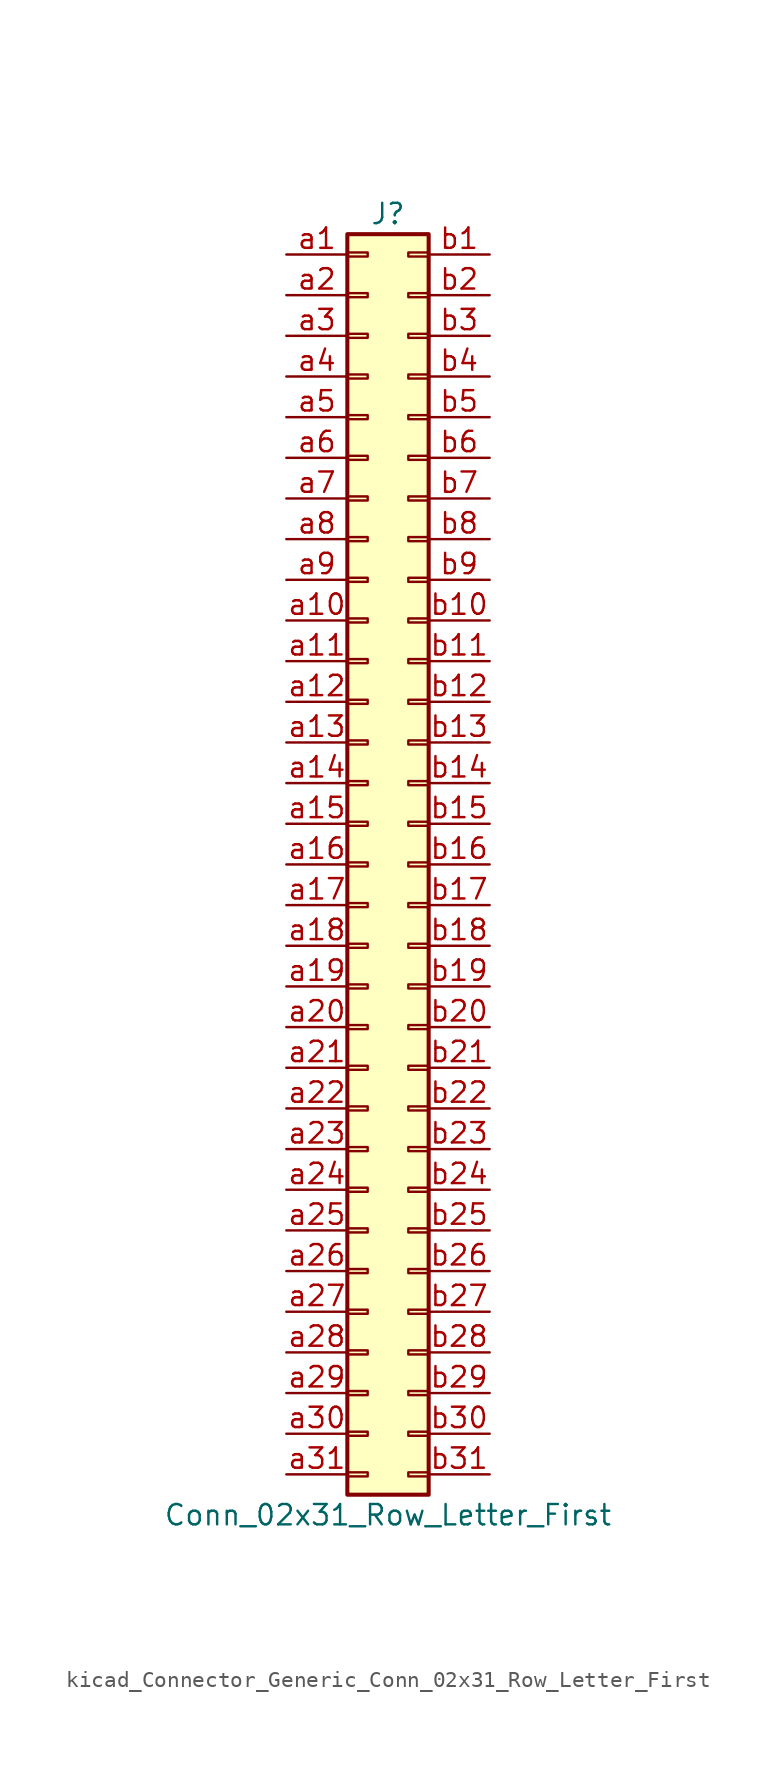
<source format=kicad_sym>
(kicad_symbol_lib
  (version 20220914)
  (generator kicad_symbol_editor)
  (symbol "kicad_Connector_Generic_Conn_02x31_Row_Letter_First"
    (pin_names
      (offset 1.016) hide)
    (property "Reference" "J"
      (at 1.27 40.64 0)
      (effects (font (size 1.27 1.27))))
    (property "Value" "Conn_02x31_Row_Letter_First"
      (at 1.27 -40.64 0)
      (effects (font (size 1.27 1.27))))
    (symbol "kicad_Connector_Generic_Conn_02x31_Row_Letter_First_1_1"
      (rectangle (start -1.27 -37.973) (end 0 -38.227) (stroke (width 0.152) (type default)) (fill (type none)))
      (rectangle (start -1.27 -35.433) (end 0 -35.687) (stroke (width 0.152) (type default)) (fill (type none)))
      (rectangle (start -1.27 -32.893) (end 0 -33.147) (stroke (width 0.152) (type default)) (fill (type none)))
      (rectangle (start -1.27 -30.353) (end 0 -30.607) (stroke (width 0.152) (type default)) (fill (type none)))
      (rectangle (start -1.27 -27.813) (end 0 -28.067) (stroke (width 0.152) (type default)) (fill (type none)))
      (rectangle (start -1.27 -25.273) (end 0 -25.527) (stroke (width 0.152) (type default)) (fill (type none)))
      (rectangle (start -1.27 -22.733) (end 0 -22.987) (stroke (width 0.152) (type default)) (fill (type none)))
      (rectangle (start -1.27 -20.193) (end 0 -20.447) (stroke (width 0.152) (type default)) (fill (type none)))
      (rectangle (start -1.27 -17.653) (end 0 -17.907) (stroke (width 0.152) (type default)) (fill (type none)))
      (rectangle (start -1.27 -15.113) (end 0 -15.367) (stroke (width 0.152) (type default)) (fill (type none)))
      (rectangle (start -1.27 -12.573) (end 0 -12.827) (stroke (width 0.152) (type default)) (fill (type none)))
      (rectangle (start -1.27 -10.033) (end 0 -10.287) (stroke (width 0.152) (type default)) (fill (type none)))
      (rectangle (start -1.27 -7.493) (end 0 -7.747) (stroke (width 0.152) (type default)) (fill (type none)))
      (rectangle (start -1.27 -4.953) (end 0 -5.207) (stroke (width 0.152) (type default)) (fill (type none)))
      (rectangle (start -1.27 -2.413) (end 0 -2.667) (stroke (width 0.152) (type default)) (fill (type none)))
      (rectangle (start -1.27 0.127) (end 0 -0.127) (stroke (width 0.152) (type default)) (fill (type none)))
      (rectangle (start -1.27 2.667) (end 0 2.413) (stroke (width 0.152) (type default)) (fill (type none)))
      (rectangle (start -1.27 5.207) (end 0 4.953) (stroke (width 0.152) (type default)) (fill (type none)))
      (rectangle (start -1.27 7.747) (end 0 7.493) (stroke (width 0.152) (type default)) (fill (type none)))
      (rectangle (start -1.27 10.287) (end 0 10.033) (stroke (width 0.152) (type default)) (fill (type none)))
      (rectangle (start -1.27 12.827) (end 0 12.573) (stroke (width 0.152) (type default)) (fill (type none)))
      (rectangle (start -1.27 15.367) (end 0 15.113) (stroke (width 0.152) (type default)) (fill (type none)))
      (rectangle (start -1.27 17.907) (end 0 17.653) (stroke (width 0.152) (type default)) (fill (type none)))
      (rectangle (start -1.27 20.447) (end 0 20.193) (stroke (width 0.152) (type default)) (fill (type none)))
      (rectangle (start -1.27 22.987) (end 0 22.733) (stroke (width 0.152) (type default)) (fill (type none)))
      (rectangle (start -1.27 25.527) (end 0 25.273) (stroke (width 0.152) (type default)) (fill (type none)))
      (rectangle (start -1.27 28.067) (end 0 27.813) (stroke (width 0.152) (type default)) (fill (type none)))
      (rectangle (start -1.27 30.607) (end 0 30.353) (stroke (width 0.152) (type default)) (fill (type none)))
      (rectangle (start -1.27 33.147) (end 0 32.893) (stroke (width 0.152) (type default)) (fill (type none)))
      (rectangle (start -1.27 35.687) (end 0 35.433) (stroke (width 0.152) (type default)) (fill (type none)))
      (rectangle (start -1.27 38.227) (end 0 37.973) (stroke (width 0.152) (type default)) (fill (type none)))
      (rectangle (start -1.27 39.37) (end 3.81 -39.37) (stroke (width 0.254) (type default)) (fill (type background)))
      (rectangle (start 3.81 -37.973) (end 2.54 -38.227) (stroke (width 0.152) (type default)) (fill (type none)))
      (rectangle (start 3.81 -35.433) (end 2.54 -35.687) (stroke (width 0.152) (type default)) (fill (type none)))
      (rectangle (start 3.81 -32.893) (end 2.54 -33.147) (stroke (width 0.152) (type default)) (fill (type none)))
      (rectangle (start 3.81 -30.353) (end 2.54 -30.607) (stroke (width 0.152) (type default)) (fill (type none)))
      (rectangle (start 3.81 -27.813) (end 2.54 -28.067) (stroke (width 0.152) (type default)) (fill (type none)))
      (rectangle (start 3.81 -25.273) (end 2.54 -25.527) (stroke (width 0.152) (type default)) (fill (type none)))
      (rectangle (start 3.81 -22.733) (end 2.54 -22.987) (stroke (width 0.152) (type default)) (fill (type none)))
      (rectangle (start 3.81 -20.193) (end 2.54 -20.447) (stroke (width 0.152) (type default)) (fill (type none)))
      (rectangle (start 3.81 -17.653) (end 2.54 -17.907) (stroke (width 0.152) (type default)) (fill (type none)))
      (rectangle (start 3.81 -15.113) (end 2.54 -15.367) (stroke (width 0.152) (type default)) (fill (type none)))
      (rectangle (start 3.81 -12.573) (end 2.54 -12.827) (stroke (width 0.152) (type default)) (fill (type none)))
      (rectangle (start 3.81 -10.033) (end 2.54 -10.287) (stroke (width 0.152) (type default)) (fill (type none)))
      (rectangle (start 3.81 -7.493) (end 2.54 -7.747) (stroke (width 0.152) (type default)) (fill (type none)))
      (rectangle (start 3.81 -4.953) (end 2.54 -5.207) (stroke (width 0.152) (type default)) (fill (type none)))
      (rectangle (start 3.81 -2.413) (end 2.54 -2.667) (stroke (width 0.152) (type default)) (fill (type none)))
      (rectangle (start 3.81 0.127) (end 2.54 -0.127) (stroke (width 0.152) (type default)) (fill (type none)))
      (rectangle (start 3.81 2.667) (end 2.54 2.413) (stroke (width 0.152) (type default)) (fill (type none)))
      (rectangle (start 3.81 5.207) (end 2.54 4.953) (stroke (width 0.152) (type default)) (fill (type none)))
      (rectangle (start 3.81 7.747) (end 2.54 7.493) (stroke (width 0.152) (type default)) (fill (type none)))
      (rectangle (start 3.81 10.287) (end 2.54 10.033) (stroke (width 0.152) (type default)) (fill (type none)))
      (rectangle (start 3.81 12.827) (end 2.54 12.573) (stroke (width 0.152) (type default)) (fill (type none)))
      (rectangle (start 3.81 15.367) (end 2.54 15.113) (stroke (width 0.152) (type default)) (fill (type none)))
      (rectangle (start 3.81 17.907) (end 2.54 17.653) (stroke (width 0.152) (type default)) (fill (type none)))
      (rectangle (start 3.81 20.447) (end 2.54 20.193) (stroke (width 0.152) (type default)) (fill (type none)))
      (rectangle (start 3.81 22.987) (end 2.54 22.733) (stroke (width 0.152) (type default)) (fill (type none)))
      (rectangle (start 3.81 25.527) (end 2.54 25.273) (stroke (width 0.152) (type default)) (fill (type none)))
      (rectangle (start 3.81 28.067) (end 2.54 27.813) (stroke (width 0.152) (type default)) (fill (type none)))
      (rectangle (start 3.81 30.607) (end 2.54 30.353) (stroke (width 0.152) (type default)) (fill (type none)))
      (rectangle (start 3.81 33.147) (end 2.54 32.893) (stroke (width 0.152) (type default)) (fill (type none)))
      (rectangle (start 3.81 35.687) (end 2.54 35.433) (stroke (width 0.152) (type default)) (fill (type none)))
      (rectangle (start 3.81 38.227) (end 2.54 37.973) (stroke (width 0.152) (type default)) (fill (type none)))
      (pin passive line (at -5.08 38.1 0) (length 3.81) (name "Pin_a1" (effects (font (size 1.27 1.27)))) (number "a1" (effects (font (size 1.27 1.27)))))
      (pin passive line (at -5.08 15.24 0) (length 3.81) (name "Pin_a10" (effects (font (size 1.27 1.27)))) (number "a10" (effects (font (size 1.27 1.27)))))
      (pin passive line (at -5.08 12.7 0) (length 3.81) (name "Pin_a11" (effects (font (size 1.27 1.27)))) (number "a11" (effects (font (size 1.27 1.27)))))
      (pin passive line (at -5.08 10.16 0) (length 3.81) (name "Pin_a12" (effects (font (size 1.27 1.27)))) (number "a12" (effects (font (size 1.27 1.27)))))
      (pin passive line (at -5.08 7.62 0) (length 3.81) (name "Pin_a13" (effects (font (size 1.27 1.27)))) (number "a13" (effects (font (size 1.27 1.27)))))
      (pin passive line (at -5.08 5.08 0) (length 3.81) (name "Pin_a14" (effects (font (size 1.27 1.27)))) (number "a14" (effects (font (size 1.27 1.27)))))
      (pin passive line (at -5.08 2.54 0) (length 3.81) (name "Pin_a15" (effects (font (size 1.27 1.27)))) (number "a15" (effects (font (size 1.27 1.27)))))
      (pin passive line (at -5.08 0 0) (length 3.81) (name "Pin_a16" (effects (font (size 1.27 1.27)))) (number "a16" (effects (font (size 1.27 1.27)))))
      (pin passive line (at -5.08 -2.54 0) (length 3.81) (name "Pin_a17" (effects (font (size 1.27 1.27)))) (number "a17" (effects (font (size 1.27 1.27)))))
      (pin passive line (at -5.08 -5.08 0) (length 3.81) (name "Pin_a18" (effects (font (size 1.27 1.27)))) (number "a18" (effects (font (size 1.27 1.27)))))
      (pin passive line (at -5.08 -7.62 0) (length 3.81) (name "Pin_a19" (effects (font (size 1.27 1.27)))) (number "a19" (effects (font (size 1.27 1.27)))))
      (pin passive line (at -5.08 35.56 0) (length 3.81) (name "Pin_a2" (effects (font (size 1.27 1.27)))) (number "a2" (effects (font (size 1.27 1.27)))))
      (pin passive line (at -5.08 -10.16 0) (length 3.81) (name "Pin_a20" (effects (font (size 1.27 1.27)))) (number "a20" (effects (font (size 1.27 1.27)))))
      (pin passive line (at -5.08 -12.7 0) (length 3.81) (name "Pin_a21" (effects (font (size 1.27 1.27)))) (number "a21" (effects (font (size 1.27 1.27)))))
      (pin passive line (at -5.08 -15.24 0) (length 3.81) (name "Pin_a22" (effects (font (size 1.27 1.27)))) (number "a22" (effects (font (size 1.27 1.27)))))
      (pin passive line (at -5.08 -17.78 0) (length 3.81) (name "Pin_a23" (effects (font (size 1.27 1.27)))) (number "a23" (effects (font (size 1.27 1.27)))))
      (pin passive line (at -5.08 -20.32 0) (length 3.81) (name "Pin_a24" (effects (font (size 1.27 1.27)))) (number "a24" (effects (font (size 1.27 1.27)))))
      (pin passive line (at -5.08 -22.86 0) (length 3.81) (name "Pin_a25" (effects (font (size 1.27 1.27)))) (number "a25" (effects (font (size 1.27 1.27)))))
      (pin passive line (at -5.08 -25.4 0) (length 3.81) (name "Pin_a26" (effects (font (size 1.27 1.27)))) (number "a26" (effects (font (size 1.27 1.27)))))
      (pin passive line (at -5.08 -27.94 0) (length 3.81) (name "Pin_a27" (effects (font (size 1.27 1.27)))) (number "a27" (effects (font (size 1.27 1.27)))))
      (pin passive line (at -5.08 -30.48 0) (length 3.81) (name "Pin_a28" (effects (font (size 1.27 1.27)))) (number "a28" (effects (font (size 1.27 1.27)))))
      (pin passive line (at -5.08 -33.02 0) (length 3.81) (name "Pin_a29" (effects (font (size 1.27 1.27)))) (number "a29" (effects (font (size 1.27 1.27)))))
      (pin passive line (at -5.08 33.02 0) (length 3.81) (name "Pin_a3" (effects (font (size 1.27 1.27)))) (number "a3" (effects (font (size 1.27 1.27)))))
      (pin passive line (at -5.08 -35.56 0) (length 3.81) (name "Pin_a30" (effects (font (size 1.27 1.27)))) (number "a30" (effects (font (size 1.27 1.27)))))
      (pin passive line (at -5.08 -38.1 0) (length 3.81) (name "Pin_a31" (effects (font (size 1.27 1.27)))) (number "a31" (effects (font (size 1.27 1.27)))))
      (pin passive line (at -5.08 30.48 0) (length 3.81) (name "Pin_a4" (effects (font (size 1.27 1.27)))) (number "a4" (effects (font (size 1.27 1.27)))))
      (pin passive line (at -5.08 27.94 0) (length 3.81) (name "Pin_a5" (effects (font (size 1.27 1.27)))) (number "a5" (effects (font (size 1.27 1.27)))))
      (pin passive line (at -5.08 25.4 0) (length 3.81) (name "Pin_a6" (effects (font (size 1.27 1.27)))) (number "a6" (effects (font (size 1.27 1.27)))))
      (pin passive line (at -5.08 22.86 0) (length 3.81) (name "Pin_a7" (effects (font (size 1.27 1.27)))) (number "a7" (effects (font (size 1.27 1.27)))))
      (pin passive line (at -5.08 20.32 0) (length 3.81) (name "Pin_a8" (effects (font (size 1.27 1.27)))) (number "a8" (effects (font (size 1.27 1.27)))))
      (pin passive line (at -5.08 17.78 0) (length 3.81) (name "Pin_a9" (effects (font (size 1.27 1.27)))) (number "a9" (effects (font (size 1.27 1.27)))))
      (pin passive line (at 7.62 38.1 180) (length 3.81) (name "Pin_b1" (effects (font (size 1.27 1.27)))) (number "b1" (effects (font (size 1.27 1.27)))))
      (pin passive line (at 7.62 15.24 180) (length 3.81) (name "Pin_b10" (effects (font (size 1.27 1.27)))) (number "b10" (effects (font (size 1.27 1.27)))))
      (pin passive line (at 7.62 12.7 180) (length 3.81) (name "Pin_b11" (effects (font (size 1.27 1.27)))) (number "b11" (effects (font (size 1.27 1.27)))))
      (pin passive line (at 7.62 10.16 180) (length 3.81) (name "Pin_b12" (effects (font (size 1.27 1.27)))) (number "b12" (effects (font (size 1.27 1.27)))))
      (pin passive line (at 7.62 7.62 180) (length 3.81) (name "Pin_b13" (effects (font (size 1.27 1.27)))) (number "b13" (effects (font (size 1.27 1.27)))))
      (pin passive line (at 7.62 5.08 180) (length 3.81) (name "Pin_b14" (effects (font (size 1.27 1.27)))) (number "b14" (effects (font (size 1.27 1.27)))))
      (pin passive line (at 7.62 2.54 180) (length 3.81) (name "Pin_b15" (effects (font (size 1.27 1.27)))) (number "b15" (effects (font (size 1.27 1.27)))))
      (pin passive line (at 7.62 0 180) (length 3.81) (name "Pin_b16" (effects (font (size 1.27 1.27)))) (number "b16" (effects (font (size 1.27 1.27)))))
      (pin passive line (at 7.62 -2.54 180) (length 3.81) (name "Pin_b17" (effects (font (size 1.27 1.27)))) (number "b17" (effects (font (size 1.27 1.27)))))
      (pin passive line (at 7.62 -5.08 180) (length 3.81) (name "Pin_b18" (effects (font (size 1.27 1.27)))) (number "b18" (effects (font (size 1.27 1.27)))))
      (pin passive line (at 7.62 -7.62 180) (length 3.81) (name "Pin_b19" (effects (font (size 1.27 1.27)))) (number "b19" (effects (font (size 1.27 1.27)))))
      (pin passive line (at 7.62 35.56 180) (length 3.81) (name "Pin_b2" (effects (font (size 1.27 1.27)))) (number "b2" (effects (font (size 1.27 1.27)))))
      (pin passive line (at 7.62 -10.16 180) (length 3.81) (name "Pin_b20" (effects (font (size 1.27 1.27)))) (number "b20" (effects (font (size 1.27 1.27)))))
      (pin passive line (at 7.62 -12.7 180) (length 3.81) (name "Pin_b21" (effects (font (size 1.27 1.27)))) (number "b21" (effects (font (size 1.27 1.27)))))
      (pin passive line (at 7.62 -15.24 180) (length 3.81) (name "Pin_b22" (effects (font (size 1.27 1.27)))) (number "b22" (effects (font (size 1.27 1.27)))))
      (pin passive line (at 7.62 -17.78 180) (length 3.81) (name "Pin_b23" (effects (font (size 1.27 1.27)))) (number "b23" (effects (font (size 1.27 1.27)))))
      (pin passive line (at 7.62 -20.32 180) (length 3.81) (name "Pin_b24" (effects (font (size 1.27 1.27)))) (number "b24" (effects (font (size 1.27 1.27)))))
      (pin passive line (at 7.62 -22.86 180) (length 3.81) (name "Pin_b25" (effects (font (size 1.27 1.27)))) (number "b25" (effects (font (size 1.27 1.27)))))
      (pin passive line (at 7.62 -25.4 180) (length 3.81) (name "Pin_b26" (effects (font (size 1.27 1.27)))) (number "b26" (effects (font (size 1.27 1.27)))))
      (pin passive line (at 7.62 -27.94 180) (length 3.81) (name "Pin_b27" (effects (font (size 1.27 1.27)))) (number "b27" (effects (font (size 1.27 1.27)))))
      (pin passive line (at 7.62 -30.48 180) (length 3.81) (name "Pin_b28" (effects (font (size 1.27 1.27)))) (number "b28" (effects (font (size 1.27 1.27)))))
      (pin passive line (at 7.62 -33.02 180) (length 3.81) (name "Pin_b29" (effects (font (size 1.27 1.27)))) (number "b29" (effects (font (size 1.27 1.27)))))
      (pin passive line (at 7.62 33.02 180) (length 3.81) (name "Pin_b3" (effects (font (size 1.27 1.27)))) (number "b3" (effects (font (size 1.27 1.27)))))
      (pin passive line (at 7.62 -35.56 180) (length 3.81) (name "Pin_b30" (effects (font (size 1.27 1.27)))) (number "b30" (effects (font (size 1.27 1.27)))))
      (pin passive line (at 7.62 -38.1 180) (length 3.81) (name "Pin_b31" (effects (font (size 1.27 1.27)))) (number "b31" (effects (font (size 1.27 1.27)))))
      (pin passive line (at 7.62 30.48 180) (length 3.81) (name "Pin_b4" (effects (font (size 1.27 1.27)))) (number "b4" (effects (font (size 1.27 1.27)))))
      (pin passive line (at 7.62 27.94 180) (length 3.81) (name "Pin_b5" (effects (font (size 1.27 1.27)))) (number "b5" (effects (font (size 1.27 1.27)))))
      (pin passive line (at 7.62 25.4 180) (length 3.81) (name "Pin_b6" (effects (font (size 1.27 1.27)))) (number "b6" (effects (font (size 1.27 1.27)))))
      (pin passive line (at 7.62 22.86 180) (length 3.81) (name "Pin_b7" (effects (font (size 1.27 1.27)))) (number "b7" (effects (font (size 1.27 1.27)))))
      (pin passive line (at 7.62 20.32 180) (length 3.81) (name "Pin_b8" (effects (font (size 1.27 1.27)))) (number "b8" (effects (font (size 1.27 1.27)))))
      (pin passive line (at 7.62 17.78 180) (length 3.81) (name "Pin_b9" (effects (font (size 1.27 1.27)))) (number "b9" (effects (font (size 1.27 1.27))))))))
</source>
